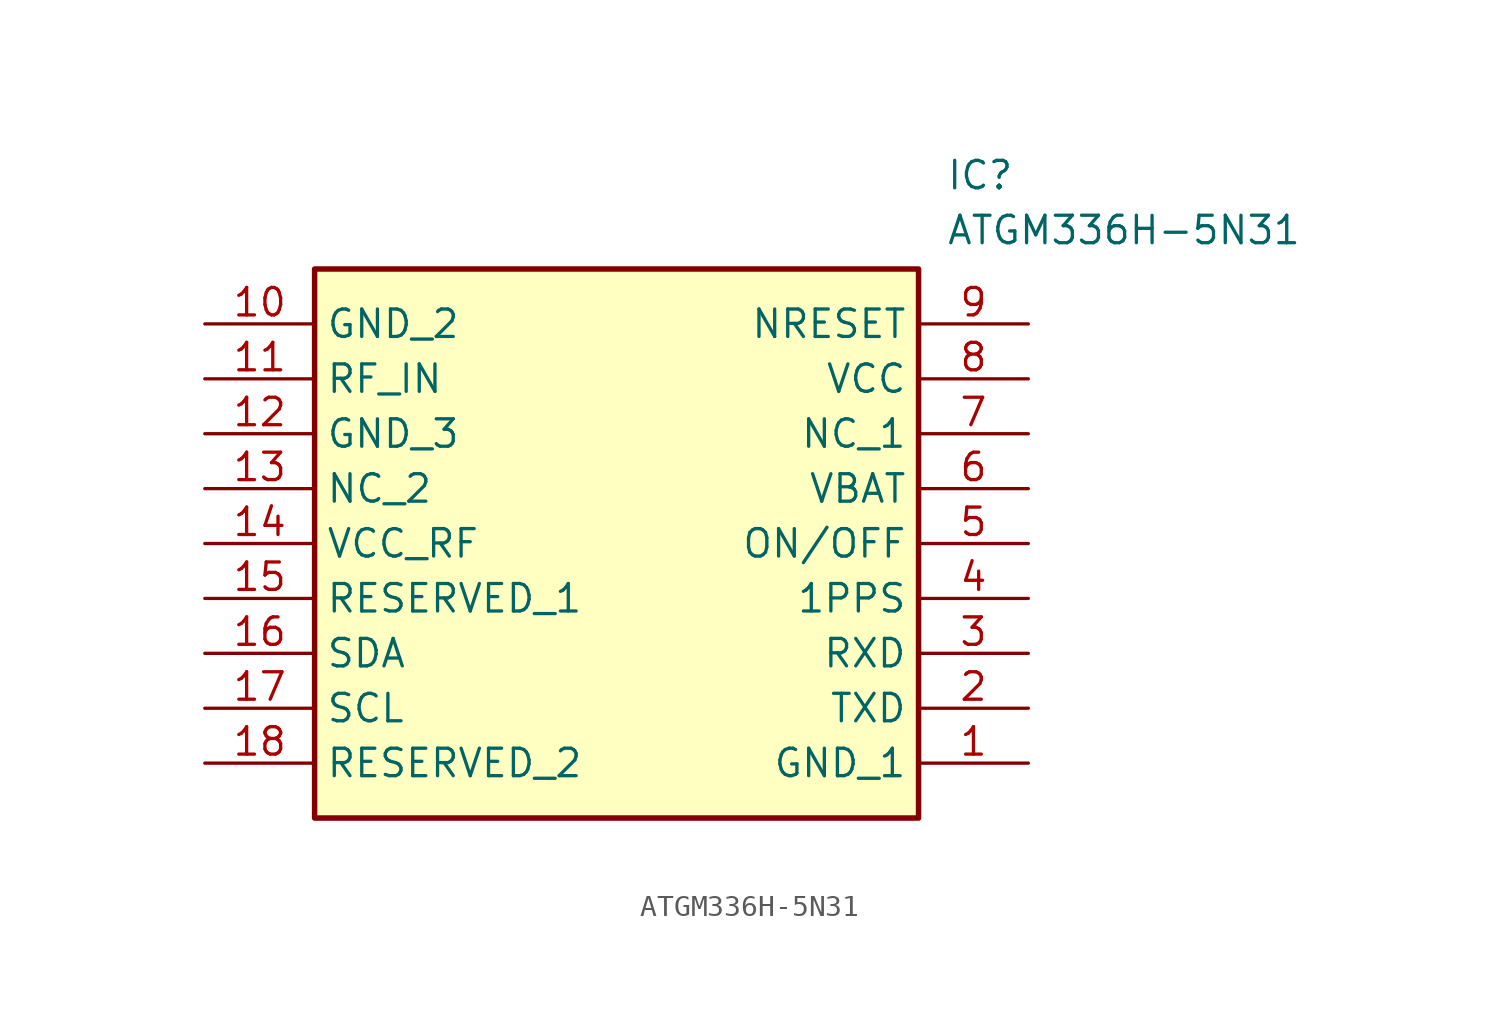
<source format=kicad_sym>
(kicad_symbol_lib
  (version 20211014)
  (generator SamacSys_ECAD_Model)
  (symbol "ATGM336H-5N31"
    (property "Reference" "IC"
      (at 34.29 7.62 0)
      (effects (font (size 1.27 1.27)) (justify left top)))
    (property "Value" "ATGM336H-5N31"
      (at 34.29 5.08 0)
      (effects (font (size 1.27 1.27)) (justify left top)))
    (rectangle
      (start 5.08 2.54)
      (end 33.02 -22.86)
      (stroke (width 0.254) (type default))
      (fill (type background)))
    (pin passive line
      (at 38.1 -20.32 180)
      (length 5.08)
      (name "GND_1" (effects (font (size 1.27 1.27))))
      (number "1" (effects (font (size 1.27 1.27)))))
    (pin passive line
      (at 38.1 -17.78 180)
      (length 5.08)
      (name "TXD" (effects (font (size 1.27 1.27))))
      (number "2" (effects (font (size 1.27 1.27)))))
    (pin passive line
      (at 38.1 -15.24 180)
      (length 5.08)
      (name "RXD" (effects (font (size 1.27 1.27))))
      (number "3" (effects (font (size 1.27 1.27)))))
    (pin passive line
      (at 38.1 -12.7 180)
      (length 5.08)
      (name "1PPS" (effects (font (size 1.27 1.27))))
      (number "4" (effects (font (size 1.27 1.27)))))
    (pin passive line
      (at 38.1 -10.16 180)
      (length 5.08)
      (name "ON/OFF" (effects (font (size 1.27 1.27))))
      (number "5" (effects (font (size 1.27 1.27)))))
    (pin passive line
      (at 38.1 -7.62 180)
      (length 5.08)
      (name "VBAT" (effects (font (size 1.27 1.27))))
      (number "6" (effects (font (size 1.27 1.27)))))
    (pin passive line
      (at 38.1 -5.08 180)
      (length 5.08)
      (name "NC_1" (effects (font (size 1.27 1.27))))
      (number "7" (effects (font (size 1.27 1.27)))))
    (pin passive line
      (at 38.1 -2.54 180)
      (length 5.08)
      (name "VCC" (effects (font (size 1.27 1.27))))
      (number "8" (effects (font (size 1.27 1.27)))))
    (pin passive line
      (at 38.1 0 180)
      (length 5.08)
      (name "NRESET" (effects (font (size 1.27 1.27))))
      (number "9" (effects (font (size 1.27 1.27)))))
    (pin passive line
      (at 0 0 0)
      (length 5.08)
      (name "GND_2" (effects (font (size 1.27 1.27))))
      (number "10" (effects (font (size 1.27 1.27)))))
    (pin passive line
      (at 0 -2.54 0)
      (length 5.08)
      (name "RF_IN" (effects (font (size 1.27 1.27))))
      (number "11" (effects (font (size 1.27 1.27)))))
    (pin passive line
      (at 0 -5.08 0)
      (length 5.08)
      (name "GND_3" (effects (font (size 1.27 1.27))))
      (number "12" (effects (font (size 1.27 1.27)))))
    (pin passive line
      (at 0 -7.62 0)
      (length 5.08)
      (name "NC_2" (effects (font (size 1.27 1.27))))
      (number "13" (effects (font (size 1.27 1.27)))))
    (pin passive line
      (at 0 -10.16 0)
      (length 5.08)
      (name "VCC_RF" (effects (font (size 1.27 1.27))))
      (number "14" (effects (font (size 1.27 1.27)))))
    (pin passive line
      (at 0 -12.7 0)
      (length 5.08)
      (name "RESERVED_1" (effects (font (size 1.27 1.27))))
      (number "15" (effects (font (size 1.27 1.27)))))
    (pin passive line
      (at 0 -15.24 0)
      (length 5.08)
      (name "SDA" (effects (font (size 1.27 1.27))))
      (number "16" (effects (font (size 1.27 1.27)))))
    (pin passive line
      (at 0 -17.78 0)
      (length 5.08)
      (name "SCL" (effects (font (size 1.27 1.27))))
      (number "17" (effects (font (size 1.27 1.27)))))
    (pin passive line
      (at 0 -20.32 0)
      (length 5.08)
      (name "RESERVED_2" (effects (font (size 1.27 1.27))))
      (number "18" (effects (font (size 1.27 1.27)))))))
</source>
